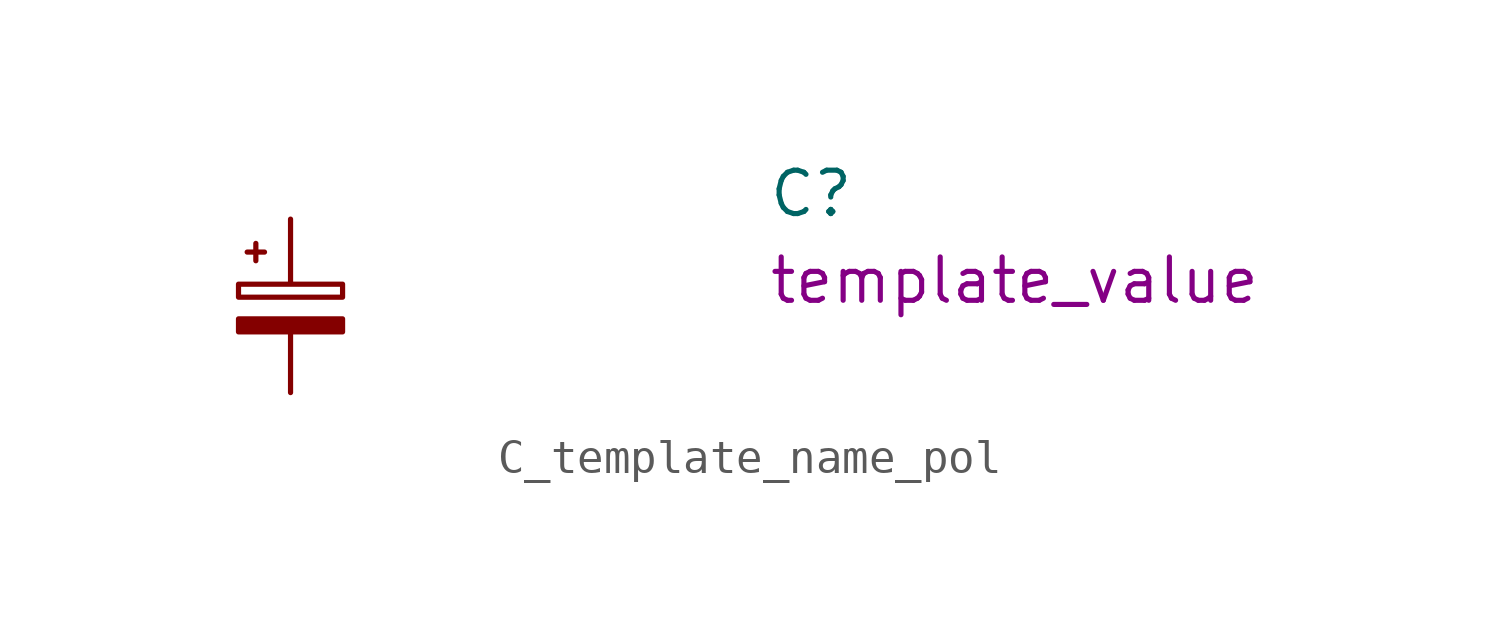
<source format=kicad_sym>
(kicad_symbol_lib
  (version 20211014)
  (generator kicad_symbol_editor)
  (symbol "C_template_name_pol"
    (pin_numbers hide)
    (pin_names hide)
    (property "Reference" "C"
      (at 13.97 0 0)
      (effects (font (size 1.27 1.27) (thickness 0.15)) (justify left bottom)))
    (property "Val" "template_value"
      (at 13.97 -2.54 0)
      (effects (font (size 1.27 1.27) (thickness 0.15)) (justify left bottom)))
    (symbol "C_template_name_pol_0_1"
      (rectangle (start -1.524 -2.921) (end 1.524 -3.302) (stroke (width 0) (type default) (color 0 0 0 0)) (fill (type outline)))
      (rectangle (start -1.524 -1.905) (end 1.524 -2.286) (stroke (width 0) (type default) (color 0 0 0 0)) (fill (type none)))
      (polyline (pts (xy -1.27 -0.965) (xy -0.762 -0.965)) (stroke (width 0) (type default) (color 0 0 0 0)) (fill (type none)))
      (polyline (pts (xy -1.016 -1.219) (xy -1.016 -0.711)) (stroke (width 0) (type default) (color 0 0 0 0)) (fill (type none))))
    (symbol "C_template_name_pol_1_1"
      (pin passive line (at 0 0 270) (length 1.854) (name "~" (effects (font (size 1.27 1.27)))) (number "1" (effects (font (size 1.27 1.27)))))
      (pin passive line (at 0 -5.08 90) (length 1.854) (name "~" (effects (font (size 1.27 1.27)))) (number "2" (effects (font (size 1.27 1.27))))))))
</source>
